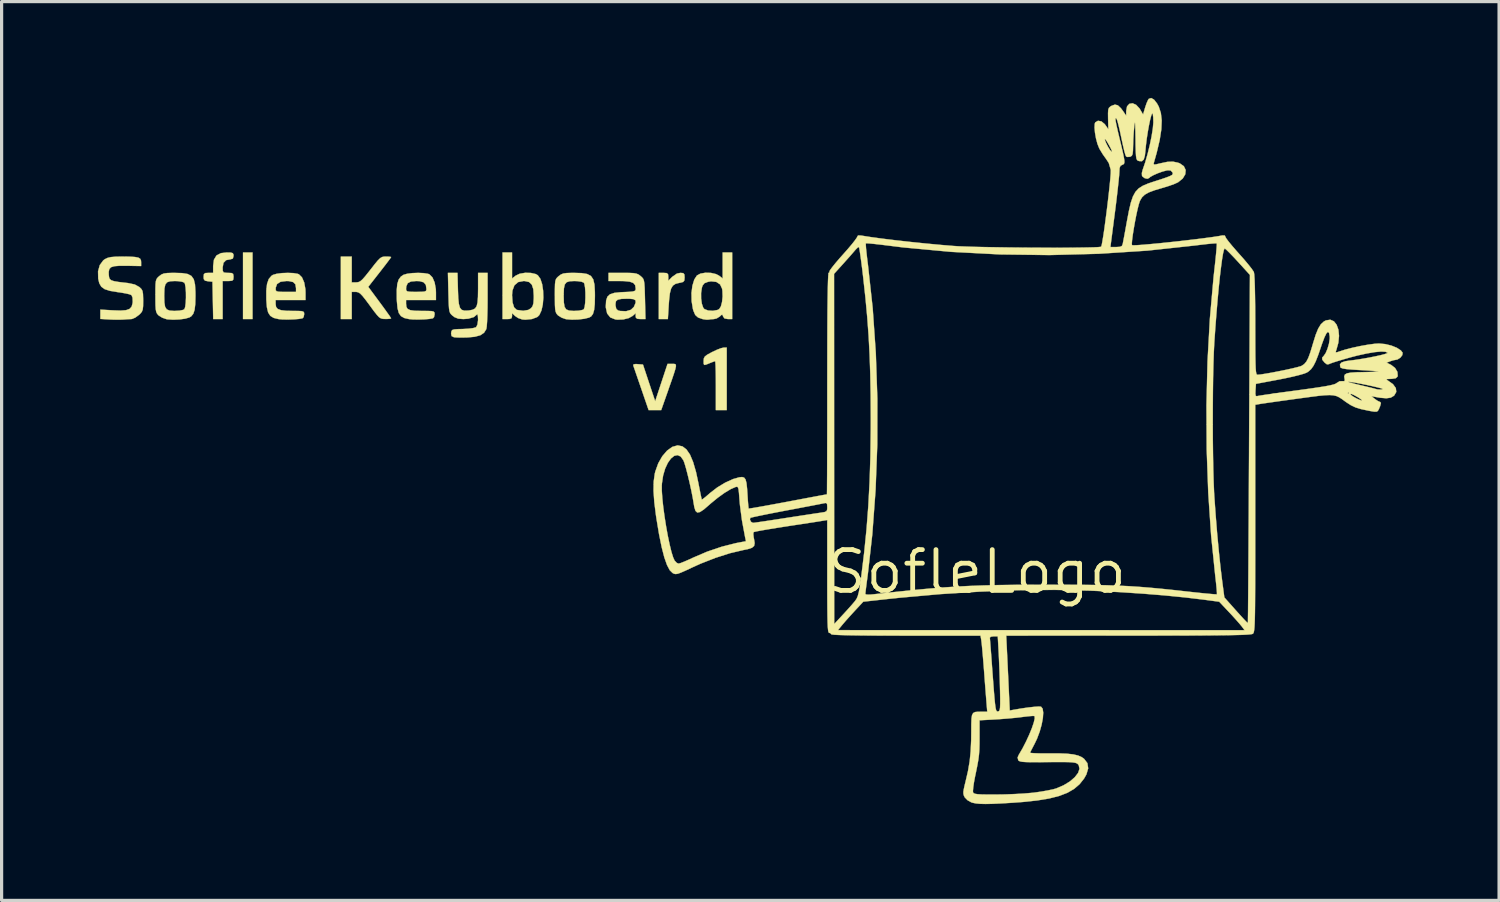
<source format=kicad_pcb>
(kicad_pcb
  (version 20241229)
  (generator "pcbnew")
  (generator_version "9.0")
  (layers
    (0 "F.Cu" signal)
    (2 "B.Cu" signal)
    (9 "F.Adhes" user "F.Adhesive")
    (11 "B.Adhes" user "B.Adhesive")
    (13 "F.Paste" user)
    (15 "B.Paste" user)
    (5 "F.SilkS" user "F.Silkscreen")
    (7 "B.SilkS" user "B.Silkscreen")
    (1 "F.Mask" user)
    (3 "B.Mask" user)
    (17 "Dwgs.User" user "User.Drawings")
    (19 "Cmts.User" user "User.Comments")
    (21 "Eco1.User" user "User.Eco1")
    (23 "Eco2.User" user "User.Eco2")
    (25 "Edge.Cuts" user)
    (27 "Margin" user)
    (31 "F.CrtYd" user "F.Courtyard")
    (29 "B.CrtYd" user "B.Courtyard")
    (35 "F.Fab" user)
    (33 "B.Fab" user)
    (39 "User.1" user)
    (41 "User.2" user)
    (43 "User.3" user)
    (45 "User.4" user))
  (footprint "SofleLogo"
    (layer "F.Cu")
    (at 27.382 14.765)
    (property "Reference" "SofleLogo" (at 0 0 0) (layer "F.SilkS") (effects (font (size 1.27 1.27) (thickness 0.15))))
    (attr through_hole)
    (fp_poly (pts (xy -22.564 -7.874) (xy -22.86 -7.874) (xy -22.86 -9.948) (xy -22.564 -9.948) (xy -22.564 -7.874)) (stroke (width 0.01) (type solid)) (fill yes) (layer "F.SilkS"))
    (fp_poly (pts (xy -9.658 -9.306) (xy -9.617 -9.27) (xy -9.61 -9.19) (xy -9.61 -9.066) (xy -9.486 -9.19) (xy -9.341 -9.291) (xy -9.232 -9.313) (xy -9.143 -9.305) (xy -9.108 -9.262) (xy -9.102 -9.171) (xy -9.109 -9.078) (xy -9.146 -9.031) (xy -9.238 -9.006) (xy -9.27 -9.001) (xy -9.384 -8.972) (xy -9.466 -8.917) (xy -9.522 -8.825) (xy -9.56 -8.681) (xy -9.584 -8.473) (xy -9.595 -8.326) (xy -9.623 -7.874) (xy -9.906 -7.874) (xy -9.906 -9.313) (xy -9.758 -9.313) (xy -9.658 -9.306)) (stroke (width 0.01) (type solid)) (fill yes) (layer "F.SilkS"))
    (fp_poly (pts (xy -7.789 -5.038) (xy -8.128 -5.038) (xy -8.128 -5.8) (xy -8.129 -6.043) (xy -8.132 -6.254) (xy -8.137 -6.42) (xy -8.144 -6.527) (xy -8.151 -6.562) (xy -8.201 -6.547) (xy -8.297 -6.51) (xy -8.325 -6.498) (xy -8.437 -6.453) (xy -8.491 -6.445) (xy -8.508 -6.484) (xy -8.509 -6.572) (xy -8.502 -6.648) (xy -8.471 -6.706) (xy -8.399 -6.762) (xy -8.269 -6.833) (xy -8.243 -6.847) (xy -8.095 -6.917) (xy -7.966 -6.966) (xy -7.883 -6.985) (xy -7.789 -6.985) (xy -7.789 -5.038)) (stroke (width 0.01) (type solid)) (fill yes) (layer "F.SilkS"))
    (fp_poly (pts (xy -9.396 -6.471) (xy -9.374 -6.449) (xy -9.372 -6.4) (xy -9.391 -6.314) (xy -9.432 -6.181) (xy -9.496 -5.991) (xy -9.587 -5.734) (xy -9.614 -5.654) (xy -9.831 -5.038) (xy -10.027 -5.038) (xy -10.223 -5.038) (xy -10.452 -5.705) (xy -10.53 -5.931) (xy -10.599 -6.131) (xy -10.654 -6.291) (xy -10.69 -6.395) (xy -10.701 -6.427) (xy -10.692 -6.463) (xy -10.619 -6.473) (xy -10.56 -6.469) (xy -10.399 -6.456) (xy -10.209 -5.884) (xy -10.018 -5.313) (xy -9.826 -5.895) (xy -9.633 -6.477) (xy -9.49 -6.477) (xy -9.435 -6.477) (xy -9.396 -6.471)) (stroke (width 0.01) (type solid)) (fill yes) (layer "F.SilkS"))
    (fp_poly (pts (xy -23.244 -9.945) (xy -23.18 -9.928) (xy -23.158 -9.886) (xy -23.156 -9.842) (xy -23.176 -9.76) (xy -23.244 -9.737) (xy -23.387 -9.71) (xy -23.469 -9.626) (xy -23.495 -9.481) (xy -23.491 -9.374) (xy -23.462 -9.326) (xy -23.384 -9.314) (xy -23.326 -9.313) (xy -23.217 -9.308) (xy -23.169 -9.281) (xy -23.157 -9.214) (xy -23.156 -9.186) (xy -23.163 -9.105) (xy -23.199 -9.069) (xy -23.289 -9.06) (xy -23.326 -9.059) (xy -23.495 -9.059) (xy -23.495 -7.874) (xy -23.789 -7.874) (xy -23.812 -9.038) (xy -23.95 -9.051) (xy -24.046 -9.071) (xy -24.083 -9.12) (xy -24.088 -9.189) (xy -24.079 -9.273) (xy -24.036 -9.307) (xy -23.939 -9.313) (xy -23.791 -9.313) (xy -23.791 -9.527) (xy -23.766 -9.723) (xy -23.687 -9.855) (xy -23.548 -9.928) (xy -23.37 -9.948) (xy -23.244 -9.945)) (stroke (width 0.01) (type solid)) (fill yes) (layer "F.SilkS"))
    (fp_poly (pts (xy -19.473 -9.017) (xy -19.335 -9.017) (xy -19.271 -9.023) (xy -19.211 -9.049) (xy -19.144 -9.105) (xy -19.056 -9.204) (xy -18.934 -9.356) (xy -18.885 -9.419) (xy -18.752 -9.589) (xy -18.657 -9.703) (xy -18.586 -9.772) (xy -18.526 -9.807) (xy -18.464 -9.82) (xy -18.41 -9.821) (xy -18.306 -9.818) (xy -18.249 -9.808) (xy -18.246 -9.805) (xy -18.27 -9.767) (xy -18.338 -9.676) (xy -18.439 -9.543) (xy -18.564 -9.382) (xy -18.602 -9.333) (xy -18.958 -8.878) (xy -18.602 -8.397) (xy -18.474 -8.223) (xy -18.367 -8.074) (xy -18.288 -7.963) (xy -18.249 -7.902) (xy -18.246 -7.895) (xy -18.283 -7.883) (xy -18.378 -7.877) (xy -18.426 -7.877) (xy -18.502 -7.88) (xy -18.563 -7.895) (xy -18.622 -7.933) (xy -18.69 -8.006) (xy -18.783 -8.124) (xy -18.911 -8.299) (xy -18.912 -8.3) (xy -19.045 -8.479) (xy -19.141 -8.599) (xy -19.213 -8.672) (xy -19.272 -8.708) (xy -19.33 -8.72) (xy -19.346 -8.721) (xy -19.473 -8.721) (xy -19.473 -7.874) (xy -19.812 -7.874) (xy -19.812 -9.821) (xy -19.473 -9.821) (xy -19.473 -9.017)) (stroke (width 0.01) (type solid)) (fill yes) (layer "F.SilkS"))
    (fp_poly (pts (xy -14.478 -9.138) (xy -14.366 -9.226) (xy -14.239 -9.286) (xy -14.069 -9.315) (xy -13.892 -9.311) (xy -13.74 -9.276) (xy -13.676 -9.239) (xy -13.596 -9.129) (xy -13.541 -8.962) (xy -13.51 -8.76) (xy -13.503 -8.541) (xy -13.52 -8.328) (xy -13.562 -8.141) (xy -13.627 -8.001) (xy -13.686 -7.941) (xy -13.855 -7.875) (xy -14.061 -7.854) (xy -14.161 -7.862) (xy -14.288 -7.906) (xy -14.383 -7.969) (xy -14.478 -8.058) (xy -14.478 -7.966) (xy -14.492 -7.903) (xy -14.55 -7.878) (xy -14.626 -7.874) (xy -14.774 -7.874) (xy -14.774 -8.62) (xy -14.478 -8.62) (xy -14.462 -8.391) (xy -14.414 -8.238) (xy -14.335 -8.162) (xy -14.322 -8.158) (xy -14.13 -8.132) (xy -13.971 -8.159) (xy -13.885 -8.213) (xy -13.838 -8.277) (xy -13.812 -8.368) (xy -13.802 -8.508) (xy -13.801 -8.594) (xy -13.815 -8.805) (xy -13.862 -8.947) (xy -13.948 -9.028) (xy -14.081 -9.058) (xy -14.12 -9.059) (xy -14.288 -9.026) (xy -14.404 -8.926) (xy -14.466 -8.761) (xy -14.478 -8.62) (xy -14.774 -8.62) (xy -14.774 -9.948) (xy -14.478 -9.948) (xy -14.478 -9.138)) (stroke (width 0.01) (type solid)) (fill yes) (layer "F.SilkS"))
    (fp_poly (pts (xy -7.62 -7.874) (xy -7.751 -7.874) (xy -7.858 -7.893) (xy -7.903 -7.955) (xy -7.922 -8.009) (xy -7.953 -8.004) (xy -8.005 -7.955) (xy -8.104 -7.893) (xy -8.188 -7.874) (xy -8.292 -7.867) (xy -8.347 -7.857) (xy -8.425 -7.855) (xy -8.537 -7.872) (xy -8.54 -7.873) (xy -8.681 -7.922) (xy -8.77 -8.001) (xy -8.827 -8.133) (xy -8.843 -8.19) (xy -8.883 -8.433) (xy -8.887 -8.681) (xy -8.887 -8.686) (xy -8.588 -8.686) (xy -8.587 -8.511) (xy -8.564 -8.35) (xy -8.522 -8.229) (xy -8.486 -8.185) (xy -8.37 -8.141) (xy -8.221 -8.131) (xy -8.081 -8.156) (xy -8.025 -8.184) (xy -7.972 -8.266) (xy -7.935 -8.405) (xy -7.917 -8.575) (xy -7.923 -8.752) (xy -7.933 -8.819) (xy -7.996 -8.954) (xy -8.115 -9.032) (xy -8.278 -9.05) (xy -8.373 -9.034) (xy -8.483 -8.992) (xy -8.541 -8.918) (xy -8.564 -8.848) (xy -8.588 -8.686) (xy -8.887 -8.686) (xy -8.859 -8.911) (xy -8.8 -9.104) (xy -8.718 -9.231) (xy -8.609 -9.29) (xy -8.453 -9.317) (xy -8.28 -9.312) (xy -8.122 -9.275) (xy -8.028 -9.226) (xy -7.916 -9.138) (xy -7.916 -9.948) (xy -7.62 -9.948) (xy -7.62 -7.874)) (stroke (width 0.01) (type solid)) (fill yes) (layer "F.SilkS"))
    (fp_poly (pts (xy -21.291 -9.306) (xy -21.156 -9.283) (xy -21.118 -9.268) (xy -21.023 -9.173) (xy -20.954 -9.013) (xy -20.917 -8.807) (xy -20.913 -8.701) (xy -20.913 -8.467) (xy -21.844 -8.467) (xy -21.844 -8.341) (xy -21.83 -8.25) (xy -21.778 -8.188) (xy -21.678 -8.151) (xy -21.516 -8.132) (xy -21.318 -8.128) (xy -21.143 -8.127) (xy -21.035 -8.121) (xy -20.98 -8.105) (xy -20.958 -8.074) (xy -20.955 -8.023) (xy -20.955 -8.021) (xy -20.973 -7.934) (xy -21.008 -7.897) (xy -21.118 -7.878) (xy -21.28 -7.865) (xy -21.463 -7.859) (xy -21.634 -7.862) (xy -21.751 -7.873) (xy -21.904 -7.91) (xy -22.01 -7.974) (xy -22.078 -8.08) (xy -22.116 -8.241) (xy -22.134 -8.472) (xy -22.134 -8.475) (xy -22.135 -8.759) (xy -22.128 -8.823) (xy -21.844 -8.823) (xy -21.84 -8.771) (xy -21.815 -8.741) (xy -21.752 -8.726) (xy -21.632 -8.721) (xy -21.526 -8.721) (xy -21.209 -8.721) (xy -21.209 -8.839) (xy -21.229 -8.958) (xy -21.299 -9.027) (xy -21.431 -9.057) (xy -21.511 -9.059) (xy -21.69 -9.036) (xy -21.8 -8.966) (xy -21.843 -8.847) (xy -21.844 -8.823) (xy -22.128 -8.823) (xy -22.111 -8.971) (xy -22.058 -9.122) (xy -21.975 -9.22) (xy -21.929 -9.25) (xy -21.814 -9.284) (xy -21.65 -9.306) (xy -21.465 -9.313) (xy -21.291 -9.306)) (stroke (width 0.01) (type solid)) (fill yes) (layer "F.SilkS"))
    (fp_poly (pts (xy -17.229 -9.305) (xy -17.094 -9.283) (xy -17.054 -9.268) (xy -16.959 -9.173) (xy -16.89 -9.013) (xy -16.853 -8.807) (xy -16.849 -8.701) (xy -16.849 -8.467) (xy -17.78 -8.467) (xy -17.78 -8.348) (xy -17.77 -8.253) (xy -17.732 -8.19) (xy -17.651 -8.152) (xy -17.514 -8.133) (xy -17.307 -8.128) (xy -17.285 -8.128) (xy -17.101 -8.127) (xy -16.985 -8.122) (xy -16.923 -8.108) (xy -16.897 -8.081) (xy -16.891 -8.037) (xy -16.891 -8.021) (xy -16.909 -7.934) (xy -16.944 -7.897) (xy -17.054 -7.878) (xy -17.216 -7.865) (xy -17.399 -7.859) (xy -17.57 -7.862) (xy -17.687 -7.873) (xy -17.835 -7.907) (xy -17.939 -7.966) (xy -18.007 -8.063) (xy -18.046 -8.212) (xy -18.066 -8.427) (xy -18.07 -8.513) (xy -18.071 -8.775) (xy -18.068 -8.808) (xy -17.78 -8.808) (xy -17.773 -8.763) (xy -17.741 -8.737) (xy -17.665 -8.725) (xy -17.529 -8.721) (xy -17.462 -8.721) (xy -17.3 -8.723) (xy -17.205 -8.731) (xy -17.16 -8.752) (xy -17.146 -8.79) (xy -17.145 -8.808) (xy -17.164 -8.94) (xy -17.231 -9.019) (xy -17.358 -9.055) (xy -17.462 -9.059) (xy -17.629 -9.044) (xy -17.729 -8.991) (xy -17.774 -8.891) (xy -17.78 -8.808) (xy -18.068 -8.808) (xy -18.053 -8.967) (xy -18.011 -9.103) (xy -17.942 -9.197) (xy -17.861 -9.252) (xy -17.748 -9.285) (xy -17.586 -9.306) (xy -17.402 -9.313) (xy -17.229 -9.305)) (stroke (width 0.01) (type solid)) (fill yes) (layer "F.SilkS"))
    (fp_poly (pts (xy -24.758 -9.306) (xy -24.584 -9.278) (xy -24.467 -9.216) (xy -24.394 -9.11) (xy -24.356 -8.948) (xy -24.343 -8.718) (xy -24.342 -8.594) (xy -24.348 -8.342) (xy -24.369 -8.162) (xy -24.41 -8.039) (xy -24.473 -7.96) (xy -24.53 -7.925) (xy -24.664 -7.886) (xy -24.846 -7.862) (xy -25.04 -7.854) (xy -25.211 -7.865) (xy -25.245 -7.871) (xy -25.378 -7.917) (xy -25.489 -7.987) (xy -25.499 -7.996) (xy -25.538 -8.042) (xy -25.564 -8.098) (xy -25.58 -8.181) (xy -25.588 -8.307) (xy -25.59 -8.494) (xy -25.59 -8.594) (xy -25.315 -8.594) (xy -25.31 -8.389) (xy -25.288 -8.255) (xy -25.238 -8.176) (xy -25.151 -8.139) (xy -25.015 -8.128) (xy -24.984 -8.128) (xy -24.842 -8.136) (xy -24.731 -8.158) (xy -24.689 -8.179) (xy -24.663 -8.248) (xy -24.646 -8.375) (xy -24.638 -8.537) (xy -24.639 -8.706) (xy -24.65 -8.859) (xy -24.67 -8.97) (xy -24.689 -9.009) (xy -24.757 -9.036) (xy -24.879 -9.055) (xy -24.984 -9.059) (xy -25.129 -9.052) (xy -25.225 -9.021) (xy -25.281 -8.951) (xy -25.308 -8.828) (xy -25.315 -8.638) (xy -25.315 -8.594) (xy -25.59 -8.594) (xy -25.59 -8.599) (xy -25.59 -8.814) (xy -25.586 -8.961) (xy -25.575 -9.058) (xy -25.554 -9.121) (xy -25.52 -9.167) (xy -25.472 -9.211) (xy -25.403 -9.262) (xy -25.327 -9.293) (xy -25.22 -9.308) (xy -25.059 -9.313) (xy -24.997 -9.313) (xy -24.758 -9.306)) (stroke (width 0.01) (type solid)) (fill yes) (layer "F.SilkS"))
    (fp_poly (pts (xy -16.164 -8.781) (xy -16.154 -8.527) (xy -16.135 -8.346) (xy -16.102 -8.228) (xy -16.048 -8.162) (xy -15.966 -8.136) (xy -15.852 -8.139) (xy -15.813 -8.143) (xy -15.706 -8.164) (xy -15.63 -8.204) (xy -15.581 -8.275) (xy -15.553 -8.392) (xy -15.54 -8.566) (xy -15.536 -8.812) (xy -15.536 -8.813) (xy -15.536 -9.313) (xy -15.24 -9.313) (xy -15.24 -8.491) (xy -15.242 -8.228) (xy -15.248 -7.989) (xy -15.256 -7.789) (xy -15.267 -7.642) (xy -15.28 -7.563) (xy -15.28 -7.561) (xy -15.351 -7.447) (xy -15.468 -7.369) (xy -15.643 -7.322) (xy -15.863 -7.302) (xy -16.035 -7.298) (xy -16.184 -7.3) (xy -16.282 -7.307) (xy -16.29 -7.309) (xy -16.362 -7.344) (xy -16.377 -7.423) (xy -16.375 -7.443) (xy -16.365 -7.499) (xy -16.34 -7.533) (xy -16.282 -7.551) (xy -16.173 -7.56) (xy -16.01 -7.564) (xy -15.834 -7.574) (xy -15.692 -7.592) (xy -15.606 -7.617) (xy -15.597 -7.622) (xy -15.556 -7.702) (xy -15.537 -7.839) (xy -15.537 -7.869) (xy -15.543 -7.973) (xy -15.558 -8.022) (xy -15.569 -8.018) (xy -15.673 -7.934) (xy -15.842 -7.885) (xy -15.997 -7.874) (xy -16.156 -7.887) (xy -16.272 -7.934) (xy -16.328 -7.976) (xy -16.374 -8.018) (xy -16.407 -8.061) (xy -16.428 -8.12) (xy -16.442 -8.21) (xy -16.451 -8.345) (xy -16.457 -8.541) (xy -16.461 -8.696) (xy -16.476 -9.313) (xy -16.178 -9.313) (xy -16.164 -8.781)) (stroke (width 0.01) (type solid)) (fill yes) (layer "F.SilkS"))
    (fp_poly (pts (xy -12.312 -9.306) (xy -12.138 -9.278) (xy -12.02 -9.216) (xy -11.948 -9.11) (xy -11.91 -8.947) (xy -11.897 -8.717) (xy -11.896 -8.594) (xy -11.901 -8.34) (xy -11.921 -8.157) (xy -11.957 -8.034) (xy -12.013 -7.957) (xy -12.078 -7.92) (xy -12.227 -7.883) (xy -12.421 -7.86) (xy -12.62 -7.855) (xy -12.787 -7.869) (xy -12.799 -7.871) (xy -12.932 -7.917) (xy -13.043 -7.987) (xy -13.053 -7.996) (xy -13.092 -8.042) (xy -13.118 -8.098) (xy -13.134 -8.181) (xy -13.142 -8.307) (xy -13.144 -8.494) (xy -13.144 -8.594) (xy -12.869 -8.594) (xy -12.864 -8.389) (xy -12.842 -8.255) (xy -12.792 -8.176) (xy -12.705 -8.139) (xy -12.569 -8.128) (xy -12.538 -8.128) (xy -12.396 -8.136) (xy -12.285 -8.158) (xy -12.243 -8.179) (xy -12.217 -8.248) (xy -12.2 -8.375) (xy -12.192 -8.537) (xy -12.193 -8.706) (xy -12.204 -8.859) (xy -12.224 -8.97) (xy -12.243 -9.009) (xy -12.311 -9.036) (xy -12.433 -9.055) (xy -12.538 -9.059) (xy -12.683 -9.052) (xy -12.779 -9.021) (xy -12.835 -8.951) (xy -12.862 -8.828) (xy -12.869 -8.638) (xy -12.869 -8.594) (xy -13.144 -8.594) (xy -13.145 -8.599) (xy -13.144 -8.814) (xy -13.14 -8.961) (xy -13.129 -9.058) (xy -13.108 -9.121) (xy -13.074 -9.167) (xy -13.026 -9.211) (xy -12.957 -9.262) (xy -12.881 -9.293) (xy -12.774 -9.308) (xy -12.613 -9.313) (xy -12.551 -9.313) (xy -12.312 -9.306)) (stroke (width 0.01) (type solid)) (fill yes) (layer "F.SilkS"))
    (fp_poly (pts (xy -10.828 -9.312) (xy -10.691 -9.305) (xy -10.599 -9.288) (xy -10.533 -9.26) (xy -10.473 -9.214) (xy -10.469 -9.211) (xy -10.423 -9.169) (xy -10.39 -9.126) (xy -10.369 -9.068) (xy -10.355 -8.978) (xy -10.346 -8.842) (xy -10.34 -8.646) (xy -10.336 -8.492) (xy -10.321 -7.874) (xy -10.474 -7.874) (xy -10.576 -7.882) (xy -10.619 -7.917) (xy -10.626 -7.966) (xy -10.626 -8.058) (xy -10.721 -7.972) (xy -10.843 -7.904) (xy -11.013 -7.862) (xy -11.194 -7.855) (xy -11.261 -7.863) (xy -11.417 -7.925) (xy -11.515 -8.048) (xy -11.556 -8.233) (xy -11.557 -8.279) (xy -11.553 -8.344) (xy -11.256 -8.344) (xy -11.253 -8.293) (xy -11.231 -8.191) (xy -11.176 -8.143) (xy -11.113 -8.126) (xy -10.925 -8.118) (xy -10.776 -8.162) (xy -10.682 -8.252) (xy -10.68 -8.257) (xy -10.628 -8.38) (xy -10.63 -8.456) (xy -10.695 -8.495) (xy -10.832 -8.508) (xy -10.89 -8.508) (xy -11.072 -8.502) (xy -11.185 -8.478) (xy -11.241 -8.428) (xy -11.256 -8.344) (xy -11.553 -8.344) (xy -11.547 -8.451) (xy -11.507 -8.57) (xy -11.426 -8.646) (xy -11.289 -8.69) (xy -11.085 -8.711) (xy -11.01 -8.714) (xy -10.829 -8.722) (xy -10.716 -8.733) (xy -10.655 -8.751) (xy -10.63 -8.78) (xy -10.626 -8.826) (xy -10.626 -8.828) (xy -10.642 -8.93) (xy -10.7 -8.999) (xy -10.812 -9.039) (xy -10.988 -9.057) (xy -11.116 -9.059) (xy -11.472 -9.059) (xy -11.472 -9.313) (xy -11.03 -9.313) (xy -10.828 -9.312)) (stroke (width 0.01) (type solid)) (fill yes) (layer "F.SilkS"))
    (fp_poly (pts (xy -26.392 -9.818) (xy -26.227 -9.808) (xy -26.122 -9.788) (xy -26.064 -9.753) (xy -26.039 -9.7) (xy -26.035 -9.647) (xy -26.035 -9.526) (xy -26.476 -9.534) (xy -26.71 -9.534) (xy -26.872 -9.521) (xy -26.973 -9.489) (xy -27.027 -9.431) (xy -27.045 -9.343) (xy -27.043 -9.255) (xy -27.034 -9.177) (xy -27.013 -9.122) (xy -26.966 -9.083) (xy -26.879 -9.054) (xy -26.739 -9.03) (xy -26.533 -9.005) (xy -26.446 -8.996) (xy -26.234 -8.951) (xy -26.088 -8.87) (xy -26.087 -8.869) (xy -26.028 -8.812) (xy -25.993 -8.75) (xy -25.977 -8.659) (xy -25.972 -8.517) (xy -25.971 -8.446) (xy -25.973 -8.279) (xy -25.985 -8.173) (xy -26.012 -8.101) (xy -26.064 -8.039) (xy -26.11 -7.998) (xy -26.217 -7.92) (xy -26.318 -7.877) (xy -26.343 -7.874) (xy -26.452 -7.869) (xy -26.583 -7.859) (xy -26.585 -7.859) (xy -26.707 -7.854) (xy -26.873 -7.855) (xy -27.019 -7.861) (xy -27.305 -7.878) (xy -27.305 -8.168) (xy -26.913 -8.146) (xy -26.674 -8.138) (xy -26.505 -8.151) (xy -26.395 -8.19) (xy -26.331 -8.26) (xy -26.302 -8.366) (xy -26.297 -8.408) (xy -26.302 -8.541) (xy -26.336 -8.62) (xy -26.34 -8.623) (xy -26.405 -8.648) (xy -26.531 -8.676) (xy -26.696 -8.704) (xy -26.772 -8.714) (xy -27.006 -8.753) (xy -27.169 -8.805) (xy -27.276 -8.882) (xy -27.339 -8.992) (xy -27.372 -9.133) (xy -27.377 -9.362) (xy -27.323 -9.556) (xy -27.215 -9.702) (xy -27.165 -9.739) (xy -27.08 -9.78) (xy -26.975 -9.805) (xy -26.828 -9.817) (xy -26.628 -9.821) (xy -26.392 -9.818)) (stroke (width 0.01) (type solid)) (fill yes) (layer "F.SilkS"))
    (fp_poly (pts (xy 5.525 -14.71) (xy 5.617 -14.593) (xy 5.672 -14.492) (xy 5.737 -14.296) (xy 5.764 -14.063) (xy 5.752 -13.785) (xy 5.701 -13.454) (xy 5.609 -13.063) (xy 5.523 -12.758) (xy 5.512 -12.708) (xy 5.529 -12.688) (xy 5.593 -12.695) (xy 5.72 -12.726) (xy 5.721 -12.726) (xy 5.94 -12.772) (xy 6.113 -12.779) (xy 6.267 -12.747) (xy 6.329 -12.724) (xy 6.454 -12.636) (xy 6.51 -12.518) (xy 6.498 -12.385) (xy 6.419 -12.253) (xy 6.275 -12.137) (xy 6.169 -12.088) (xy 6.011 -12.03) (xy 5.831 -11.973) (xy 5.785 -11.96) (xy 5.539 -11.887) (xy 5.361 -11.82) (xy 5.237 -11.75) (xy 5.151 -11.668) (xy 5.09 -11.565) (xy 5.08 -11.543) (xy 5.049 -11.447) (xy 5.011 -11.296) (xy 4.97 -11.109) (xy 4.93 -10.901) (xy 4.893 -10.692) (xy 4.862 -10.497) (xy 4.841 -10.335) (xy 4.832 -10.222) (xy 4.838 -10.177) (xy 4.887 -10.172) (xy 5.009 -10.177) (xy 5.191 -10.19) (xy 5.42 -10.21) (xy 5.686 -10.235) (xy 5.975 -10.265) (xy 6.277 -10.297) (xy 6.578 -10.332) (xy 6.867 -10.366) (xy 7.133 -10.4) (xy 7.362 -10.431) (xy 7.543 -10.459) (xy 7.652 -10.48) (xy 7.73 -10.477) (xy 7.747 -10.439) (xy 7.774 -10.388) (xy 7.849 -10.287) (xy 7.962 -10.15) (xy 8.102 -9.988) (xy 8.17 -9.912) (xy 8.324 -9.739) (xy 8.458 -9.579) (xy 8.563 -9.447) (xy 8.625 -9.356) (xy 8.636 -9.335) (xy 8.647 -9.263) (xy 8.657 -9.112) (xy 8.665 -8.892) (xy 8.671 -8.608) (xy 8.676 -8.267) (xy 8.678 -7.877) (xy 8.678 -7.681) (xy 8.679 -7.276) (xy 8.68 -6.949) (xy 8.682 -6.69) (xy 8.686 -6.492) (xy 8.691 -6.347) (xy 8.699 -6.247) (xy 8.71 -6.184) (xy 8.723 -6.151) (xy 8.74 -6.139) (xy 8.746 -6.138) (xy 8.842 -6.147) (xy 8.997 -6.171) (xy 9.193 -6.205) (xy 9.409 -6.247) (xy 9.627 -6.291) (xy 9.827 -6.335) (xy 9.99 -6.375) (xy 10.098 -6.406) (xy 10.122 -6.416) (xy 10.202 -6.469) (xy 10.27 -6.547) (xy 10.331 -6.663) (xy 10.393 -6.832) (xy 10.464 -7.066) (xy 10.478 -7.115) (xy 10.561 -7.382) (xy 10.64 -7.577) (xy 10.723 -7.712) (xy 10.816 -7.798) (xy 10.88 -7.832) (xy 11.016 -7.853) (xy 11.129 -7.804) (xy 11.214 -7.696) (xy 11.269 -7.541) (xy 11.288 -7.35) (xy 11.267 -7.136) (xy 11.204 -6.909) (xy 11.196 -6.889) (xy 11.184 -6.841) (xy 11.219 -6.837) (xy 11.288 -6.86) (xy 11.47 -6.919) (xy 11.701 -6.979) (xy 11.952 -7.033) (xy 12.198 -7.077) (xy 12.41 -7.105) (xy 12.533 -7.112) (xy 12.728 -7.094) (xy 12.921 -7.047) (xy 13.091 -6.978) (xy 13.216 -6.896) (xy 13.27 -6.825) (xy 13.26 -6.75) (xy 13.198 -6.67) (xy 13.11 -6.615) (xy 13.058 -6.604) (xy 12.979 -6.59) (xy 12.886 -6.56) (xy 12.77 -6.516) (xy 12.914 -6.444) (xy 13.035 -6.35) (xy 13.107 -6.229) (xy 13.117 -6.104) (xy 13.11 -6.08) (xy 13.056 -6.03) (xy 12.935 -6.011) (xy 12.902 -6.01) (xy 12.796 -6.006) (xy 12.763 -5.994) (xy 12.795 -5.968) (xy 12.806 -5.962) (xy 12.969 -5.846) (xy 13.058 -5.724) (xy 13.072 -5.603) (xy 13.007 -5.492) (xy 12.997 -5.483) (xy 12.899 -5.425) (xy 12.762 -5.406) (xy 12.571 -5.422) (xy 12.488 -5.436) (xy 12.298 -5.471) (xy 12.41 -5.381) (xy 12.5 -5.32) (xy 12.565 -5.292) (xy 12.568 -5.292) (xy 12.594 -5.259) (xy 12.569 -5.161) (xy 12.524 -5.055) (xy 12.496 -5.01) (xy 12.457 -4.988) (xy 12.384 -4.989) (xy 12.255 -5.01) (xy 12.199 -5.021) (xy 11.973 -5.069) (xy 11.803 -5.121) (xy 11.658 -5.19) (xy 11.509 -5.286) (xy 11.472 -5.313) (xy 11.375 -5.384) (xy 11.29 -5.438) (xy 11.207 -5.476) (xy 11.112 -5.498) (xy 10.996 -5.506) (xy 10.844 -5.5) (xy 10.647 -5.481) (xy 10.391 -5.448) (xy 10.065 -5.404) (xy 10.006 -5.396) (xy 9.709 -5.355) (xy 9.434 -5.317) (xy 9.193 -5.283) (xy 8.999 -5.255) (xy 8.867 -5.236) (xy 8.816 -5.227) (xy 8.678 -5.203) (xy 8.678 -1.664) (xy 8.678 -1.034) (xy 8.678 -0.482) (xy 8.677 -0.004) (xy 8.676 0.405) (xy 8.674 0.751) (xy 8.672 1.039) (xy 8.669 1.276) (xy 8.665 1.465) (xy 8.66 1.613) (xy 8.654 1.725) (xy 8.646 1.806) (xy 8.637 1.862) (xy 8.627 1.898) (xy 8.615 1.92) (xy 8.604 1.931) (xy 8.578 1.941) (xy 8.523 1.949) (xy 8.435 1.957) (xy 8.31 1.964) (xy 8.142 1.969) (xy 7.927 1.974) (xy 7.66 1.978) (xy 7.336 1.981) (xy 6.951 1.984) (xy 6.501 1.986) (xy 5.979 1.987) (xy 5.383 1.988) (xy 4.725 1.988) (xy 0.919 1.99) (xy 0.946 2.551) (xy 0.959 2.822) (xy 0.974 3.138) (xy 0.989 3.457) (xy 1.001 3.717) (xy 1.029 4.322) (xy 1.139 4.302) (xy 1.383 4.26) (xy 1.607 4.228) (xy 1.797 4.207) (xy 1.936 4.198) (xy 2.005 4.204) (xy 2.054 4.266) (xy 2.072 4.389) (xy 2.061 4.559) (xy 2.023 4.761) (xy 1.962 4.979) (xy 1.88 5.198) (xy 1.81 5.345) (xy 1.74 5.48) (xy 1.686 5.584) (xy 1.66 5.636) (xy 1.66 5.637) (xy 1.695 5.646) (xy 1.799 5.653) (xy 1.959 5.658) (xy 2.159 5.658) (xy 2.231 5.658) (xy 2.558 5.658) (xy 2.813 5.668) (xy 3.009 5.69) (xy 3.157 5.725) (xy 3.271 5.775) (xy 3.344 5.827) (xy 3.448 5.962) (xy 3.473 6.125) (xy 3.417 6.314) (xy 3.344 6.443) (xy 3.205 6.618) (xy 3.035 6.764) (xy 2.825 6.886) (xy 2.568 6.985) (xy 2.255 7.064) (xy 1.878 7.126) (xy 1.431 7.173) (xy 1.123 7.196) (xy 0.77 7.217) (xy 0.491 7.23) (xy 0.273 7.234) (xy 0.105 7.23) (xy -0.024 7.218) (xy -0.126 7.197) (xy -0.168 7.184) (xy -0.286 7.118) (xy -0.374 7.027) (xy -0.378 7.02) (xy -0.406 6.959) (xy -0.417 6.892) (xy -0.411 6.835) (xy -0.118 6.835) (xy -0.114 6.873) (xy -0.094 6.899) (xy -0.051 6.918) (xy 0.028 6.93) (xy 0.156 6.938) (xy 0.344 6.941) (xy 0.602 6.941) (xy 0.885 6.937) (xy 1.186 6.925) (xy 1.474 6.909) (xy 1.717 6.888) (xy 1.778 6.882) (xy 1.997 6.851) (xy 2.209 6.814) (xy 2.384 6.777) (xy 2.477 6.751) (xy 2.705 6.653) (xy 2.901 6.534) (xy 3.054 6.403) (xy 3.158 6.268) (xy 3.202 6.141) (xy 3.179 6.029) (xy 3.151 5.993) (xy 3.118 5.969) (xy 3.069 5.951) (xy 2.991 5.939) (xy 2.873 5.931) (xy 2.704 5.928) (xy 2.472 5.928) (xy 2.208 5.93) (xy 1.912 5.933) (xy 1.689 5.933) (xy 1.529 5.929) (xy 1.42 5.921) (xy 1.352 5.908) (xy 1.312 5.89) (xy 1.293 5.87) (xy 1.274 5.785) (xy 1.309 5.705) (xy 1.425 5.507) (xy 1.535 5.293) (xy 1.634 5.079) (xy 1.717 4.877) (xy 1.776 4.704) (xy 1.807 4.573) (xy 1.803 4.5) (xy 1.799 4.495) (xy 1.751 4.491) (xy 1.64 4.499) (xy 1.486 4.516) (xy 1.419 4.525) (xy 1.218 4.549) (xy 0.971 4.572) (xy 0.715 4.592) (xy 0.574 4.601) (xy 0.088 4.627) (xy 0.088 5.132) (xy 0.087 5.362) (xy 0.082 5.544) (xy 0.07 5.702) (xy 0.05 5.861) (xy 0.017 6.045) (xy -0.03 6.278) (xy -0.051 6.376) (xy -0.086 6.562) (xy -0.109 6.722) (xy -0.118 6.835) (xy -0.411 6.835) (xy -0.408 6.799) (xy -0.378 6.659) (xy -0.347 6.533) (xy -0.272 6.208) (xy -0.22 5.904) (xy -0.189 5.594) (xy -0.173 5.248) (xy -0.17 4.989) (xy -0.169 4.747) (xy -0.163 4.576) (xy -0.146 4.465) (xy -0.11 4.401) (xy -0.05 4.37) (xy 0.04 4.361) (xy 0.146 4.36) (xy 0.328 4.36) (xy 0.313 4.18) (xy 0.305 4.083) (xy 0.292 3.918) (xy 0.275 3.7) (xy 0.255 3.446) (xy 0.235 3.173) (xy 0.232 3.133) (xy 0.211 2.861) (xy 0.19 2.611) (xy 0.171 2.396) (xy 0.155 2.233) (xy 0.143 2.136) (xy 0.142 2.127) (xy 0.129 2.052) (xy 0.408 2.052) (xy 0.408 2.053) (xy 0.413 2.106) (xy 0.423 2.231) (xy 0.437 2.415) (xy 0.455 2.645) (xy 0.474 2.909) (xy 0.484 3.048) (xy 0.512 3.416) (xy 0.534 3.709) (xy 0.553 3.934) (xy 0.569 4.1) (xy 0.584 4.217) (xy 0.599 4.292) (xy 0.616 4.334) (xy 0.635 4.351) (xy 0.657 4.353) (xy 0.67 4.351) (xy 0.697 4.338) (xy 0.715 4.303) (xy 0.727 4.234) (xy 0.731 4.119) (xy 0.731 3.944) (xy 0.727 3.697) (xy 0.726 3.682) (xy 0.719 3.399) (xy 0.709 3.094) (xy 0.697 2.8) (xy 0.686 2.552) (xy 0.684 2.519) (xy 0.656 2.011) (xy 0.529 2.011) (xy 0.442 2.023) (xy 0.408 2.052) (xy 0.129 2.052) (xy 0.118 1.99) (xy -2.206 1.99) (xy -2.773 1.989) (xy -3.263 1.987) (xy -3.675 1.983) (xy -4.007 1.978) (xy -4.259 1.971) (xy -4.43 1.963) (xy -4.517 1.953) (xy -4.53 1.947) (xy -4.564 1.91) (xy -4.593 1.905) (xy -4.609 1.897) (xy -4.622 1.866) (xy -4.63 1.818) (xy -4.323 1.818) (xy 8.345 1.82) (xy 8.259 1.704) (xy 8.193 1.624) (xy 8.086 1.502) (xy 7.955 1.357) (xy 7.864 1.26) (xy 7.556 0.933) (xy 7.07 0.868) (xy 6.499 0.8) (xy 5.863 0.737) (xy 5.181 0.682) (xy 4.472 0.635) (xy 3.755 0.598) (xy 3.521 0.588) (xy 2.43 0.564) (xy 1.278 0.575) (xy 0.081 0.62) (xy -1.146 0.697) (xy -2.386 0.808) (xy -2.773 0.848) (xy -3.535 0.932) (xy -3.8 1.217) (xy -3.937 1.367) (xy -4.069 1.514) (xy -4.172 1.633) (xy -4.195 1.661) (xy -4.323 1.818) (xy -4.63 1.818) (xy -4.632 1.807) (xy -4.641 1.712) (xy -4.647 1.573) (xy -4.651 1.383) (xy -4.654 1.135) (xy -4.656 0.821) (xy -4.657 0.435) (xy -4.657 0.146) (xy -4.657 -1.613) (xy -4.794 -1.59) (xy -4.875 -1.577) (xy -5.025 -1.553) (xy -5.231 -1.521) (xy -5.48 -1.483) (xy -5.758 -1.441) (xy -5.927 -1.415) (xy -6.207 -1.371) (xy -6.46 -1.33) (xy -6.672 -1.294) (xy -6.833 -1.264) (xy -6.929 -1.243) (xy -6.951 -1.235) (xy -6.961 -1.18) (xy -6.95 -1.075) (xy -6.939 -1.022) (xy -6.919 -0.893) (xy -6.936 -0.806) (xy -7.003 -0.748) (xy -7.133 -0.705) (xy -7.272 -0.677) (xy -7.688 -0.579) (xy -8.141 -0.434) (xy -8.608 -0.251) (xy -8.862 -0.136) (xy -9.068 -0.039) (xy -9.212 0.024) (xy -9.31 0.06) (xy -9.378 0.071) (xy -9.429 0.062) (xy -9.475 0.039) (xy -9.564 -0.048) (xy -9.65 -0.211) (xy -9.734 -0.45) (xy -9.816 -0.767) (xy -9.897 -1.165) (xy -9.977 -1.646) (xy -9.994 -1.757) (xy -10.046 -2.172) (xy -10.07 -2.52) (xy -10.07 -2.527) (xy -9.812 -2.527) (xy -9.796 -2.292) (xy -9.767 -2.018) (xy -9.727 -1.722) (xy -9.679 -1.419) (xy -9.626 -1.125) (xy -9.569 -0.854) (xy -9.513 -0.623) (xy -9.458 -0.447) (xy -9.414 -0.349) (xy -9.347 -0.278) (xy -9.29 -0.254) (xy -9.226 -0.271) (xy -9.106 -0.319) (xy -8.949 -0.387) (xy -8.836 -0.44) (xy -8.399 -0.627) (xy -7.944 -0.781) (xy -7.51 -0.891) (xy -7.465 -0.9) (xy -7.19 -0.952) (xy -7.217 -1.079) (xy -7.314 -1.599) (xy -7.317 -1.621) (xy -7.066 -1.621) (xy -7.03 -1.555) (xy -6.973 -1.524) (xy -6.916 -1.53) (xy -6.789 -1.548) (xy -6.603 -1.575) (xy -6.372 -1.61) (xy -6.11 -1.65) (xy -5.988 -1.669) (xy -5.704 -1.713) (xy -5.436 -1.754) (xy -5.199 -1.79) (xy -5.01 -1.819) (xy -4.884 -1.837) (xy -4.858 -1.841) (xy -4.737 -1.861) (xy -4.678 -1.89) (xy -4.658 -1.948) (xy -4.657 -2.014) (xy -4.663 -2.111) (xy -4.693 -2.144) (xy -4.752 -2.137) (xy -4.818 -2.123) (xy -4.955 -2.096) (xy -5.152 -2.058) (xy -5.395 -2.012) (xy -5.672 -1.959) (xy -5.939 -1.909) (xy -6.233 -1.853) (xy -6.498 -1.801) (xy -6.724 -1.755) (xy -6.9 -1.718) (xy -7.014 -1.692) (xy -7.056 -1.679) (xy -7.066 -1.621) (xy -7.317 -1.621) (xy -7.377 -2.077) (xy -7.394 -2.276) (xy -7.408 -2.459) (xy -7.422 -2.573) (xy -7.44 -2.631) (xy -7.468 -2.65) (xy -7.509 -2.643) (xy -7.51 -2.643) (xy -7.662 -2.577) (xy -7.855 -2.461) (xy -8.07 -2.306) (xy -8.29 -2.126) (xy -8.338 -2.083) (xy -8.504 -1.94) (xy -8.624 -1.861) (xy -8.707 -1.846) (xy -8.762 -1.897) (xy -8.799 -2.014) (xy -8.817 -2.121) (xy -8.85 -2.315) (xy -8.895 -2.542) (xy -8.948 -2.783) (xy -9.004 -3.017) (xy -9.058 -3.225) (xy -9.106 -3.386) (xy -9.138 -3.471) (xy -9.222 -3.59) (xy -9.319 -3.635) (xy -9.423 -3.613) (xy -9.526 -3.531) (xy -9.623 -3.396) (xy -9.707 -3.217) (xy -9.771 -3.001) (xy -9.808 -2.755) (xy -9.812 -2.709) (xy -9.812 -2.527) (xy -10.07 -2.527) (xy -10.065 -2.81) (xy -10.031 -3.056) (xy -10.013 -3.128) (xy -9.922 -3.381) (xy -9.797 -3.6) (xy -9.648 -3.774) (xy -9.486 -3.891) (xy -9.323 -3.937) (xy -9.31 -3.937) (xy -9.169 -3.907) (xy -9.045 -3.813) (xy -8.934 -3.652) (xy -8.836 -3.418) (xy -8.746 -3.109) (xy -8.672 -2.763) (xy -8.634 -2.568) (xy -8.602 -2.407) (xy -8.578 -2.295) (xy -8.566 -2.249) (xy -8.566 -2.249) (xy -8.532 -2.268) (xy -8.451 -2.331) (xy -8.34 -2.426) (xy -8.31 -2.453) (xy -8.086 -2.626) (xy -7.837 -2.777) (xy -7.59 -2.889) (xy -7.401 -2.943) (xy -7.311 -2.952) (xy -7.247 -2.934) (xy -7.203 -2.876) (xy -7.174 -2.766) (xy -7.155 -2.593) (xy -7.142 -2.399) (xy -7.131 -2.221) (xy -7.119 -2.078) (xy -7.109 -1.989) (xy -7.105 -1.969) (xy -7.061 -1.974) (xy -6.945 -1.992) (xy -6.767 -2.023) (xy -6.537 -2.064) (xy -6.266 -2.114) (xy -5.964 -2.17) (xy -5.884 -2.185) (xy -5.577 -2.243) (xy -5.297 -2.296) (xy -5.056 -2.341) (xy -4.864 -2.377) (xy -4.732 -2.401) (xy -4.671 -2.412) (xy -4.667 -2.413) (xy -4.666 -2.454) (xy -4.664 -2.574) (xy -4.663 -2.766) (xy -4.661 -3.023) (xy -4.66 -3.34) (xy -4.659 -3.711) (xy -4.658 -4.128) (xy -4.657 -4.587) (xy -4.657 -5.079) (xy -4.657 -5.6) (xy -4.657 -5.863) (xy -4.656 -6.557) (xy -4.655 -7.169) (xy -4.653 -7.699) (xy -4.65 -8.151) (xy -4.645 -8.526) (xy -4.64 -8.825) (xy -4.634 -9.052) (xy -4.627 -9.207) (xy -4.62 -9.283) (xy -4.445 -9.283) (xy -4.443 -3.826) (xy -4.441 1.63) (xy -4.166 1.333) (xy -4.032 1.187) (xy -3.907 1.047) (xy -3.812 0.936) (xy -3.786 0.904) (xy -3.741 0.838) (xy -3.706 0.756) (xy -3.689 0.694) (xy -3.471 0.694) (xy -3.433 0.71) (xy -3.334 0.712) (xy -3.23 0.703) (xy -3.094 0.688) (xy -2.899 0.666) (xy -2.671 0.642) (xy -2.433 0.617) (xy -2.415 0.615) (xy -1.922 0.565) (xy -1.47 0.523) (xy -1.046 0.489) (xy -0.634 0.462) (xy -0.219 0.441) (xy 0.212 0.425) (xy 0.675 0.414) (xy 1.184 0.407) (xy 1.753 0.404) (xy 2.159 0.403) (xy 2.726 0.404) (xy 3.222 0.406) (xy 3.659 0.411) (xy 4.05 0.42) (xy 4.41 0.432) (xy 4.751 0.449) (xy 5.085 0.471) (xy 5.427 0.499) (xy 5.789 0.533) (xy 6.185 0.574) (xy 6.559 0.616) (xy 6.826 0.645) (xy 7.064 0.67) (xy 7.259 0.688) (xy 7.4 0.7) (xy 7.475 0.703) (xy 7.483 0.702) (xy 7.484 0.656) (xy 7.476 0.542) (xy 7.46 0.377) (xy 7.438 0.177) (xy 7.433 0.141) (xy 7.303 -1.13) (xy 7.214 -2.455) (xy 7.165 -3.814) (xy 7.161 -4.595) (xy 7.355 -4.595) (xy 7.357 -4.102) (xy 7.363 -3.627) (xy 7.371 -3.187) (xy 7.382 -2.796) (xy 7.396 -2.468) (xy 7.403 -2.349) (xy 7.445 -1.762) (xy 7.492 -1.183) (xy 7.544 -0.631) (xy 7.597 -0.126) (xy 7.647 0.283) (xy 7.715 0.798) (xy 8.076 1.204) (xy 8.212 1.355) (xy 8.326 1.479) (xy 8.408 1.564) (xy 8.447 1.599) (xy 8.448 1.599) (xy 8.45 1.556) (xy 8.451 1.433) (xy 8.454 1.236) (xy 8.456 0.969) (xy 8.459 0.638) (xy 8.462 0.247) (xy 8.465 -0.198) (xy 8.468 -0.693) (xy 8.471 -1.233) (xy 8.475 -1.811) (xy 8.478 -2.425) (xy 8.481 -3.067) (xy 8.485 -3.734) (xy 8.485 -3.831) (xy 8.494 -5.534) (xy 8.682 -5.534) (xy 8.695 -5.479) (xy 8.732 -5.471) (xy 8.75 -5.476) (xy 8.811 -5.487) (xy 8.944 -5.508) (xy 9.138 -5.536) (xy 9.177 -5.541) (xy 11.641 -5.541) (xy 11.665 -5.506) (xy 11.736 -5.454) (xy 11.841 -5.397) (xy 11.943 -5.351) (xy 12.002 -5.334) (xy 11.995 -5.354) (xy 11.931 -5.403) (xy 11.874 -5.439) (xy 11.757 -5.505) (xy 11.675 -5.541) (xy 11.641 -5.541) (xy 9.177 -5.541) (xy 9.357 -5.567) (xy 11.557 -5.567) (xy 11.578 -5.546) (xy 11.599 -5.567) (xy 11.578 -5.588) (xy 11.557 -5.567) (xy 9.357 -5.567) (xy 9.381 -5.57) (xy 9.661 -5.609) (xy 9.967 -5.65) (xy 9.991 -5.653) (xy 10.355 -5.703) (xy 10.643 -5.745) (xy 10.863 -5.78) (xy 11.022 -5.811) (xy 11.129 -5.838) (xy 11.19 -5.862) (xy 11.21 -5.878) (xy 11.284 -5.922) (xy 11.578 -5.922) (xy 11.581 -5.913) (xy 11.654 -5.889) (xy 11.785 -5.855) (xy 11.937 -5.818) (xy 12.123 -5.774) (xy 12.279 -5.736) (xy 12.387 -5.709) (xy 12.424 -5.697) (xy 12.494 -5.681) (xy 12.576 -5.677) (xy 12.636 -5.684) (xy 12.645 -5.699) (xy 12.595 -5.718) (xy 12.48 -5.748) (xy 12.323 -5.785) (xy 12.141 -5.824) (xy 11.956 -5.861) (xy 11.787 -5.893) (xy 11.654 -5.914) (xy 11.578 -5.922) (xy 11.284 -5.922) (xy 11.298 -5.93) (xy 11.374 -5.933) (xy 11.452 -5.933) (xy 11.468 -5.973) (xy 11.463 -6.002) (xy 11.45 -6.085) (xy 11.47 -6.144) (xy 11.534 -6.182) (xy 11.652 -6.205) (xy 11.837 -6.217) (xy 12.01 -6.22) (xy 12.205 -6.224) (xy 12.367 -6.229) (xy 12.477 -6.235) (xy 12.52 -6.24) (xy 12.485 -6.247) (xy 12.381 -6.257) (xy 12.221 -6.269) (xy 12.021 -6.281) (xy 11.943 -6.285) (xy 11.692 -6.3) (xy 11.515 -6.316) (xy 11.402 -6.335) (xy 11.343 -6.358) (xy 11.329 -6.375) (xy 11.317 -6.462) (xy 11.366 -6.521) (xy 11.485 -6.56) (xy 11.612 -6.579) (xy 11.797 -6.602) (xy 12.003 -6.634) (xy 12.214 -6.671) (xy 12.414 -6.711) (xy 12.588 -6.749) (xy 12.719 -6.784) (xy 12.792 -6.811) (xy 12.802 -6.822) (xy 12.735 -6.855) (xy 12.598 -6.862) (xy 12.401 -6.844) (xy 12.154 -6.802) (xy 11.867 -6.739) (xy 11.659 -6.685) (xy 11.437 -6.622) (xy 11.243 -6.564) (xy 11.091 -6.516) (xy 10.998 -6.481) (xy 10.978 -6.47) (xy 10.913 -6.462) (xy 10.84 -6.517) (xy 10.767 -6.606) (xy 10.763 -6.672) (xy 10.814 -6.729) (xy 10.873 -6.814) (xy 10.93 -6.951) (xy 10.976 -7.11) (xy 10.999 -7.26) (xy 10.999 -7.329) (xy 10.978 -7.442) (xy 10.943 -7.476) (xy 10.896 -7.43) (xy 10.833 -7.302) (xy 10.755 -7.093) (xy 10.73 -7.019) (xy 10.639 -6.753) (xy 10.562 -6.556) (xy 10.49 -6.414) (xy 10.417 -6.313) (xy 10.336 -6.24) (xy 10.286 -6.208) (xy 10.201 -6.174) (xy 10.048 -6.13) (xy 9.846 -6.08) (xy 9.611 -6.029) (xy 9.426 -5.992) (xy 8.7 -5.856) (xy 8.686 -5.655) (xy 8.682 -5.534) (xy 8.494 -5.534) (xy 8.512 -9.25) (xy 8.14 -9.659) (xy 7.998 -9.812) (xy 7.874 -9.94) (xy 7.781 -10.031) (xy 7.73 -10.072) (xy 7.726 -10.073) (xy 7.703 -10.035) (xy 7.675 -9.919) (xy 7.644 -9.735) (xy 7.611 -9.488) (xy 7.575 -9.187) (xy 7.539 -8.84) (xy 7.503 -8.453) (xy 7.468 -8.035) (xy 7.434 -7.592) (xy 7.402 -7.134) (xy 7.402 -7.133) (xy 7.387 -6.834) (xy 7.375 -6.466) (xy 7.365 -6.043) (xy 7.359 -5.581) (xy 7.356 -5.093) (xy 7.355 -4.595) (xy 7.161 -4.595) (xy 7.158 -5.187) (xy 7.191 -6.553) (xy 7.265 -7.892) (xy 7.38 -9.184) (xy 7.41 -9.456) (xy 7.437 -9.699) (xy 7.458 -9.912) (xy 7.473 -10.081) (xy 7.48 -10.192) (xy 7.478 -10.232) (xy 7.431 -10.233) (xy 7.315 -10.225) (xy 7.145 -10.208) (xy 6.934 -10.183) (xy 6.787 -10.165) (xy 5.314 -10.006) (xy 3.799 -9.908) (xy 2.263 -9.868) (xy 0.723 -9.888) (xy -0.801 -9.968) (xy -2.289 -10.106) (xy -2.766 -10.165) (xy -2.994 -10.193) (xy -3.191 -10.215) (xy -3.343 -10.23) (xy -3.435 -10.235) (xy -3.455 -10.233) (xy -3.456 -10.186) (xy -3.448 -10.071) (xy -3.43 -9.901) (xy -3.406 -9.692) (xy -3.389 -9.562) (xy -3.241 -8.211) (xy -3.144 -6.815) (xy -3.096 -5.395) (xy -3.098 -3.968) (xy -3.151 -2.554) (xy -3.253 -1.171) (xy -3.389 0.042) (xy -3.418 0.262) (xy -3.443 0.453) (xy -3.461 0.598) (xy -3.47 0.681) (xy -3.471 0.694) (xy -3.689 0.694) (xy -3.675 0.641) (xy -3.645 0.478) (xy -3.612 0.252) (xy -3.6 0.164) (xy -3.508 -0.588) (xy -3.434 -1.32) (xy -3.378 -2.051) (xy -3.338 -2.8) (xy -3.313 -3.587) (xy -3.302 -4.431) (xy -3.301 -4.784) (xy -3.305 -5.505) (xy -3.317 -6.161) (xy -3.338 -6.773) (xy -3.369 -7.359) (xy -3.412 -7.939) (xy -3.467 -8.533) (xy -3.536 -9.16) (xy -3.561 -9.377) (xy -3.591 -9.614) (xy -3.619 -9.821) (xy -3.643 -9.983) (xy -3.661 -10.087) (xy -3.669 -10.118) (xy -3.707 -10.103) (xy -3.772 -10.04) (xy -3.782 -10.027) (xy -3.85 -9.948) (xy -3.957 -9.825) (xy -4.086 -9.681) (xy -4.159 -9.599) (xy -4.445 -9.283) (xy -4.62 -9.283) (xy -4.619 -9.293) (xy -4.612 -9.313) (xy -4.585 -9.339) (xy -4.591 -9.352) (xy -4.572 -9.394) (xy -4.504 -9.488) (xy -4.398 -9.62) (xy -4.261 -9.78) (xy -4.17 -9.882) (xy -4.017 -10.055) (xy -3.887 -10.209) (xy -3.79 -10.333) (xy -3.734 -10.413) (xy -3.725 -10.435) (xy -3.698 -10.478) (xy -3.609 -10.477) (xy -3.312 -10.43) (xy -2.946 -10.38) (xy -2.528 -10.329) (xy -2.073 -10.278) (xy -1.596 -10.229) (xy -1.115 -10.184) (xy -0.741 -10.153) (xy -0.573 -10.142) (xy -0.345 -10.133) (xy -0.067 -10.124) (xy 0.253 -10.117) (xy 0.604 -10.111) (xy 0.978 -10.105) (xy 1.364 -10.101) (xy 1.754 -10.098) (xy 2.138 -10.097) (xy 2.507 -10.096) (xy 2.851 -10.097) (xy 3.16 -10.1) (xy 3.426 -10.104) (xy 3.639 -10.109) (xy 3.79 -10.116) (xy 3.804 -10.118) (xy 4.165 -10.118) (xy 4.347 -10.118) (xy 4.465 -10.125) (xy 4.524 -10.153) (xy 4.549 -10.213) (xy 4.563 -10.288) (xy 4.59 -10.428) (xy 4.625 -10.616) (xy 4.664 -10.834) (xy 4.68 -10.922) (xy 4.742 -11.246) (xy 4.801 -11.499) (xy 4.866 -11.691) (xy 4.944 -11.835) (xy 5.044 -11.943) (xy 5.173 -12.026) (xy 5.339 -12.097) (xy 5.503 -12.152) (xy 5.743 -12.229) (xy 5.913 -12.287) (xy 6.023 -12.33) (xy 6.085 -12.364) (xy 6.108 -12.395) (xy 6.105 -12.428) (xy 6.095 -12.448) (xy 6.043 -12.503) (xy 5.955 -12.509) (xy 5.915 -12.503) (xy 5.785 -12.469) (xy 5.639 -12.416) (xy 5.503 -12.356) (xy 5.404 -12.3) (xy 5.373 -12.27) (xy 5.315 -12.245) (xy 5.233 -12.264) (xy 5.164 -12.316) (xy 5.149 -12.342) (xy 5.145 -12.425) (xy 5.169 -12.52) (xy 5.248 -12.751) (xy 5.324 -13.018) (xy 5.393 -13.299) (xy 5.449 -13.571) (xy 5.487 -13.811) (xy 5.503 -13.996) (xy 5.503 -14.01) (xy 5.499 -14.159) (xy 5.487 -14.257) (xy 5.47 -14.288) (xy 5.467 -14.285) (xy 5.439 -14.22) (xy 5.404 -14.089) (xy 5.367 -13.912) (xy 5.33 -13.707) (xy 5.297 -13.492) (xy 5.272 -13.288) (xy 5.26 -13.156) (xy 5.239 -12.964) (xy 5.204 -12.846) (xy 5.148 -12.793) (xy 5.064 -12.796) (xy 5.022 -12.809) (xy 4.996 -12.83) (xy 4.976 -12.875) (xy 4.963 -12.958) (xy 4.955 -13.091) (xy 4.949 -13.286) (xy 4.947 -13.498) (xy 4.943 -13.737) (xy 4.939 -13.897) (xy 4.934 -13.982) (xy 4.927 -13.997) (xy 4.917 -13.947) (xy 4.909 -13.885) (xy 4.892 -13.695) (xy 4.879 -13.472) (xy 4.873 -13.285) (xy 4.868 -13.118) (xy 4.857 -13.017) (xy 4.833 -12.963) (xy 4.792 -12.936) (xy 4.779 -12.931) (xy 4.693 -12.924) (xy 4.653 -12.941) (xy 4.631 -12.995) (xy 4.597 -13.115) (xy 4.557 -13.284) (xy 4.513 -13.487) (xy 4.505 -13.527) (xy 4.461 -13.734) (xy 4.419 -13.912) (xy 4.384 -14.044) (xy 4.359 -14.112) (xy 4.356 -14.116) (xy 4.332 -14.134) (xy 4.322 -14.113) (xy 4.328 -14.046) (xy 4.352 -13.922) (xy 4.394 -13.733) (xy 4.442 -13.533) (xy 4.509 -13.254) (xy 4.557 -13.046) (xy 4.587 -12.899) (xy 4.601 -12.8) (xy 4.599 -12.739) (xy 4.584 -12.706) (xy 4.555 -12.688) (xy 4.534 -12.68) (xy 4.478 -12.647) (xy 4.451 -12.578) (xy 4.444 -12.454) (xy 4.438 -12.357) (xy 4.422 -12.191) (xy 4.398 -11.969) (xy 4.368 -11.705) (xy 4.333 -11.413) (xy 4.304 -11.187) (xy 4.165 -10.118) (xy 3.804 -10.118) (xy 3.868 -10.125) (xy 3.877 -10.128) (xy 3.894 -10.181) (xy 3.917 -10.304) (xy 3.947 -10.485) (xy 3.98 -10.71) (xy 4.014 -10.967) (xy 4.05 -11.241) (xy 4.084 -11.519) (xy 4.115 -11.788) (xy 4.142 -12.036) (xy 4.162 -12.247) (xy 4.175 -12.41) (xy 4.177 -12.511) (xy 4.177 -12.523) (xy 4.114 -12.737) (xy 4.032 -12.862) (xy 3.93 -13.005) (xy 3.833 -13.164) (xy 3.814 -13.2) (xy 3.76 -13.336) (xy 3.721 -13.487) (xy 3.991 -13.487) (xy 3.997 -13.443) (xy 4.033 -13.354) (xy 4.086 -13.25) (xy 4.142 -13.158) (xy 4.159 -13.134) (xy 4.208 -13.082) (xy 4.216 -13.098) (xy 4.183 -13.178) (xy 4.123 -13.293) (xy 4.059 -13.404) (xy 4.01 -13.474) (xy 3.991 -13.487) (xy 3.721 -13.487) (xy 3.716 -13.504) (xy 3.685 -13.679) (xy 3.671 -13.838) (xy 3.677 -13.957) (xy 3.693 -14.002) (xy 3.779 -14.052) (xy 3.884 -14.033) (xy 3.987 -13.949) (xy 4.009 -13.92) (xy 4.101 -13.788) (xy 4.093 -14.12) (xy 4.091 -14.287) (xy 4.097 -14.391) (xy 4.118 -14.452) (xy 4.159 -14.492) (xy 4.201 -14.518) (xy 4.306 -14.556) (xy 4.398 -14.533) (xy 4.494 -14.442) (xy 4.561 -14.351) (xy 4.657 -14.211) (xy 4.657 -14.361) (xy 4.684 -14.501) (xy 4.755 -14.58) (xy 4.855 -14.597) (xy 4.966 -14.549) (xy 5.073 -14.435) (xy 5.091 -14.405) (xy 5.183 -14.249) (xy 5.248 -14.468) (xy 5.293 -14.601) (xy 5.339 -14.702) (xy 5.361 -14.735) (xy 5.437 -14.76) (xy 5.525 -14.71)) (stroke (width 0.01) (type solid)) (fill yes) (layer "F.SilkS")))
  (gr_rect
    (start -3 -3)
    (end 43.657 25.004)
    (stroke (width 0.1) (type default))
    (fill no)
    (layer "Edge.Cuts")))
</source>
